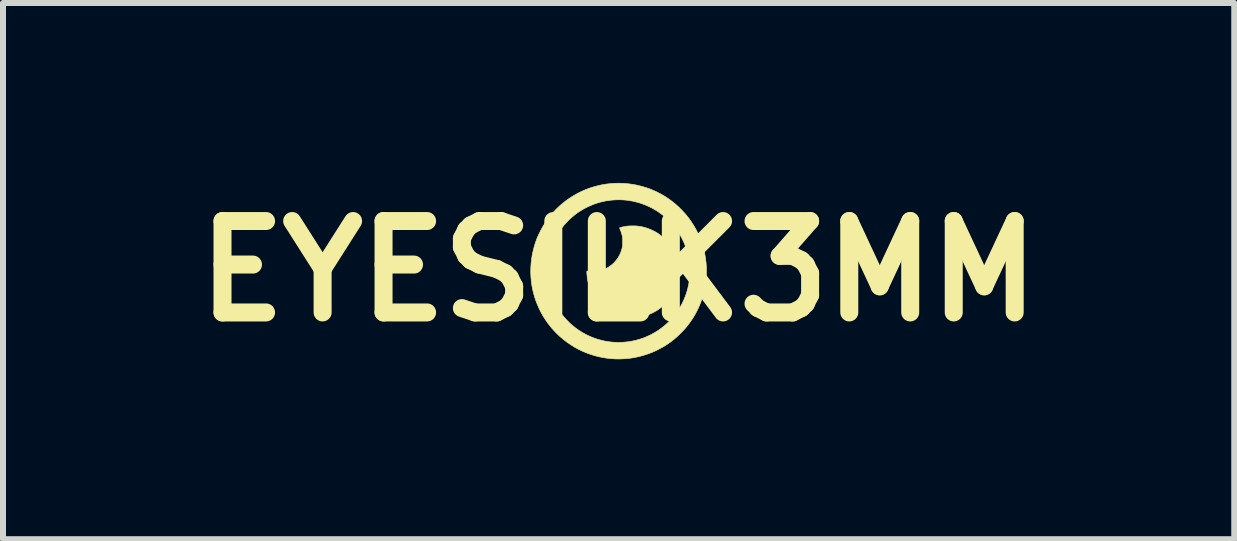
<source format=kicad_pcb>
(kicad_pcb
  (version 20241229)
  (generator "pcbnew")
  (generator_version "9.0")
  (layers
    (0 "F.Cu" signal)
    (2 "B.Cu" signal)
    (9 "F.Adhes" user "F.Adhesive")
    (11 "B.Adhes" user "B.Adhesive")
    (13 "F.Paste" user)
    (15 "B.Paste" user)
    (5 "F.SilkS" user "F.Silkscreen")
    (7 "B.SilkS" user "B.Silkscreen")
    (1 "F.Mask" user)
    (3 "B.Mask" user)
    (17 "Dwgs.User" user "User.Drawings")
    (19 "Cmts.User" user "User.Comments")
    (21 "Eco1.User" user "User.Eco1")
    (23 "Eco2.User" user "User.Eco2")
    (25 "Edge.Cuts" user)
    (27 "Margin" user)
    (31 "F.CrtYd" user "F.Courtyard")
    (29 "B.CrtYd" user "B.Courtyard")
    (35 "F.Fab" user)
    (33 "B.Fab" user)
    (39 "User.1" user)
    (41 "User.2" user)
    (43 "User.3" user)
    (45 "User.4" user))
  (footprint "EYESILK3MM"
    (layer "F.Cu")
    (at 7.264 1.47)
    (property "Reference" "EYESILK3MM" (at 0 0 0) (layer "F.SilkS") (effects (font (size 1.524 1.524) (thickness 0.3))))
    (attr through_hole)
    (fp_poly (pts (xy 0.259 -0.753) (xy 0.28 -0.753) (xy 0.298 -0.752) (xy 0.314 -0.75) (xy 0.321 -0.75) (xy 0.356 -0.745) (xy 0.389 -0.739) (xy 0.419 -0.732) (xy 0.45 -0.723) (xy 0.47 -0.717) (xy 0.522 -0.698) (xy 0.571 -0.676) (xy 0.619 -0.651) (xy 0.664 -0.622) (xy 0.707 -0.591) (xy 0.748 -0.556) (xy 0.786 -0.518) (xy 0.822 -0.478) (xy 0.855 -0.435) (xy 0.88 -0.397) (xy 0.907 -0.352) (xy 0.93 -0.306) (xy 0.949 -0.26) (xy 0.965 -0.213) (xy 0.978 -0.165) (xy 0.988 -0.114) (xy 0.992 -0.085) (xy 0.993 -0.074) (xy 0.994 -0.06) (xy 0.995 -0.043) (xy 0.995 -0.025) (xy 0.996 -0.005) (xy 0.996 0.014) (xy 0.996 0.034) (xy 0.995 0.052) (xy 0.995 0.069) (xy 0.994 0.083) (xy 0.993 0.094) (xy 0.993 0.096) (xy 0.987 0.138) (xy 0.979 0.177) (xy 0.97 0.214) (xy 0.959 0.25) (xy 0.945 0.287) (xy 0.936 0.31) (xy 0.914 0.355) (xy 0.891 0.398) (xy 0.866 0.438) (xy 0.838 0.476) (xy 0.807 0.513) (xy 0.772 0.549) (xy 0.768 0.554) (xy 0.727 0.591) (xy 0.684 0.625) (xy 0.64 0.656) (xy 0.594 0.682) (xy 0.546 0.706) (xy 0.496 0.726) (xy 0.444 0.743) (xy 0.39 0.756) (xy 0.334 0.766) (xy 0.328 0.767) (xy 0.318 0.768) (xy 0.304 0.769) (xy 0.288 0.77) (xy 0.27 0.77) (xy 0.251 0.771) (xy 0.232 0.771) (xy 0.213 0.771) (xy 0.196 0.771) (xy 0.18 0.77) (xy 0.166 0.77) (xy 0.156 0.769) (xy 0.1 0.76) (xy 0.046 0.748) (xy -0.006 0.733) (xy -0.056 0.715) (xy -0.104 0.694) (xy -0.15 0.669) (xy -0.195 0.64) (xy -0.235 0.611) (xy -0.276 0.576) (xy -0.315 0.539) (xy -0.35 0.499) (xy -0.383 0.457) (xy -0.413 0.413) (xy -0.44 0.367) (xy -0.463 0.319) (xy -0.483 0.27) (xy -0.5 0.219) (xy -0.512 0.168) (xy -0.518 0.141) (xy -0.52 0.128) (xy -0.522 0.113) (xy -0.523 0.097) (xy -0.525 0.081) (xy -0.526 0.066) (xy -0.528 0.05) (xy -0.529 0.036) (xy -0.529 0.024) (xy -0.529 0.013) (xy -0.529 0.006) (xy -0.528 0.001) (xy -0.528 0.000464) (xy -0.527 -0.000432) (xy -0.523 -0.001) (xy -0.518 -0.000385) (xy -0.51 0.001) (xy -0.499 0.002) (xy -0.47 0.006) (xy -0.439 0.007) (xy -0.407 0.006) (xy -0.374 0.004) (xy -0.342 -0.001) (xy -0.324 -0.004) (xy -0.282 -0.015) (xy -0.241 -0.029) (xy -0.202 -0.047) (xy -0.164 -0.068) (xy -0.129 -0.093) (xy -0.095 -0.121) (xy -0.078 -0.137) (xy -0.048 -0.17) (xy -0.021 -0.205) (xy 0.003 -0.242) (xy 0.023 -0.281) (xy 0.04 -0.322) (xy 0.054 -0.365) (xy 0.064 -0.409) (xy 0.065 -0.416) (xy 0.066 -0.422) (xy 0.066 -0.429) (xy 0.067 -0.438) (xy 0.067 -0.448) (xy 0.067 -0.46) (xy 0.067 -0.476) (xy 0.067 -0.492) (xy 0.067 -0.556) (xy 0.061 -0.586) (xy 0.055 -0.611) (xy 0.047 -0.637) (xy 0.039 -0.662) (xy 0.03 -0.686) (xy 0.026 -0.695) (xy 0.022 -0.704) (xy 0.019 -0.712) (xy 0.017 -0.718) (xy 0.016 -0.721) (xy 0.016 -0.721) (xy 0.018 -0.722) (xy 0.024 -0.725) (xy 0.032 -0.727) (xy 0.043 -0.73) (xy 0.056 -0.733) (xy 0.07 -0.737) (xy 0.086 -0.74) (xy 0.102 -0.743) (xy 0.118 -0.745) (xy 0.133 -0.748) (xy 0.146 -0.75) (xy 0.16 -0.751) (xy 0.177 -0.752) (xy 0.196 -0.753) (xy 0.217 -0.753) (xy 0.238 -0.753) (xy 0.259 -0.753)) (stroke (width 0.01) (type solid)) (fill yes) (layer "F.SilkS"))
    (fp_poly (pts (xy 0.088 -1.462) (xy 0.161 -1.456) (xy 0.234 -1.446) (xy 0.306 -1.433) (xy 0.378 -1.415) (xy 0.45 -1.394) (xy 0.521 -1.37) (xy 0.576 -1.347) (xy 0.643 -1.317) (xy 0.709 -1.282) (xy 0.773 -1.245) (xy 0.835 -1.204) (xy 0.895 -1.16) (xy 0.952 -1.113) (xy 1.008 -1.063) (xy 1.06 -1.01) (xy 1.111 -0.955) (xy 1.158 -0.897) (xy 1.173 -0.878) (xy 1.216 -0.817) (xy 1.256 -0.754) (xy 1.293 -0.689) (xy 1.327 -0.622) (xy 1.357 -0.553) (xy 1.383 -0.484) (xy 1.406 -0.412) (xy 1.425 -0.34) (xy 1.438 -0.281) (xy 1.45 -0.207) (xy 1.459 -0.133) (xy 1.464 -0.058) (xy 1.465 0.017) (xy 1.462 0.091) (xy 1.456 0.166) (xy 1.445 0.24) (xy 1.431 0.313) (xy 1.427 0.331) (xy 1.408 0.404) (xy 1.386 0.476) (xy 1.36 0.546) (xy 1.33 0.615) (xy 1.297 0.682) (xy 1.261 0.747) (xy 1.221 0.81) (xy 1.178 0.871) (xy 1.132 0.93) (xy 1.083 0.986) (xy 1.031 1.04) (xy 0.976 1.092) (xy 0.919 1.141) (xy 0.878 1.173) (xy 0.818 1.216) (xy 0.755 1.256) (xy 0.69 1.292) (xy 0.624 1.326) (xy 0.556 1.356) (xy 0.486 1.382) (xy 0.415 1.405) (xy 0.343 1.424) (xy 0.271 1.44) (xy 0.211 1.45) (xy 0.163 1.456) (xy 0.115 1.46) (xy 0.066 1.463) (xy 0.018 1.465) (xy -0.027 1.465) (xy -0.055 1.464) (xy -0.077 1.463) (xy -0.101 1.461) (xy -0.125 1.459) (xy -0.148 1.457) (xy -0.166 1.456) (xy -0.241 1.445) (xy -0.314 1.431) (xy -0.387 1.413) (xy -0.458 1.392) (xy -0.527 1.367) (xy -0.596 1.339) (xy -0.663 1.307) (xy -0.728 1.272) (xy -0.791 1.233) (xy -0.852 1.192) (xy -0.911 1.147) (xy -0.968 1.099) (xy -1.023 1.049) (xy -1.075 0.995) (xy -1.125 0.938) (xy -1.172 0.879) (xy -1.173 0.878) (xy -1.216 0.817) (xy -1.256 0.754) (xy -1.293 0.689) (xy -1.326 0.623) (xy -1.356 0.554) (xy -1.383 0.485) (xy -1.387 0.474) (xy -1.409 0.402) (xy -1.428 0.329) (xy -1.443 0.255) (xy -1.454 0.181) (xy -1.461 0.107) (xy -1.465 0.032) (xy -1.465 0.02) (xy -1.189 0.02) (xy -1.186 0.088) (xy -1.179 0.155) (xy -1.169 0.222) (xy -1.154 0.288) (xy -1.136 0.353) (xy -1.136 0.353) (xy -1.114 0.417) (xy -1.089 0.478) (xy -1.06 0.539) (xy -1.028 0.598) (xy -0.993 0.654) (xy -0.954 0.709) (xy -0.913 0.762) (xy -0.868 0.812) (xy -0.821 0.86) (xy -0.771 0.905) (xy -0.719 0.947) (xy -0.714 0.951) (xy -0.659 0.99) (xy -0.603 1.025) (xy -0.544 1.057) (xy -0.484 1.086) (xy -0.422 1.112) (xy -0.359 1.134) (xy -0.295 1.152) (xy -0.231 1.167) (xy -0.165 1.178) (xy -0.1 1.185) (xy -0.087 1.186) (xy -0.062 1.187) (xy -0.04 1.189) (xy -0.02 1.189) (xy -0.002 1.19) (xy 0.017 1.189) (xy 0.036 1.189) (xy 0.056 1.188) (xy 0.107 1.184) (xy 0.156 1.179) (xy 0.203 1.172) (xy 0.249 1.163) (xy 0.289 1.154) (xy 0.354 1.135) (xy 0.418 1.114) (xy 0.48 1.088) (xy 0.541 1.059) (xy 0.599 1.027) (xy 0.656 0.992) (xy 0.711 0.953) (xy 0.764 0.911) (xy 0.814 0.867) (xy 0.862 0.819) (xy 0.907 0.769) (xy 0.95 0.715) (xy 0.952 0.712) (xy 0.991 0.658) (xy 1.026 0.601) (xy 1.059 0.542) (xy 1.088 0.481) (xy 1.113 0.419) (xy 1.135 0.356) (xy 1.153 0.291) (xy 1.168 0.226) (xy 1.175 0.184) (xy 1.184 0.116) (xy 1.188 0.048) (xy 1.189 -0.02) (xy 1.186 -0.088) (xy 1.179 -0.155) (xy 1.169 -0.222) (xy 1.154 -0.288) (xy 1.136 -0.353) (xy 1.136 -0.353) (xy 1.114 -0.417) (xy 1.089 -0.478) (xy 1.06 -0.539) (xy 1.028 -0.597) (xy 0.993 -0.654) (xy 0.955 -0.709) (xy 0.913 -0.761) (xy 0.869 -0.811) (xy 0.822 -0.859) (xy 0.773 -0.904) (xy 0.721 -0.946) (xy 0.666 -0.985) (xy 0.614 -1.019) (xy 0.555 -1.052) (xy 0.494 -1.082) (xy 0.432 -1.108) (xy 0.369 -1.131) (xy 0.304 -1.15) (xy 0.239 -1.165) (xy 0.173 -1.177) (xy 0.106 -1.185) (xy 0.039 -1.189) (xy -0.029 -1.189) (xy -0.097 -1.185) (xy -0.148 -1.18) (xy -0.215 -1.17) (xy -0.281 -1.156) (xy -0.347 -1.138) (xy -0.411 -1.116) (xy -0.473 -1.091) (xy -0.535 -1.062) (xy -0.595 -1.03) (xy -0.615 -1.018) (xy -0.671 -0.982) (xy -0.725 -0.943) (xy -0.777 -0.9) (xy -0.827 -0.855) (xy -0.874 -0.806) (xy -0.918 -0.756) (xy -0.952 -0.712) (xy -0.991 -0.658) (xy -1.027 -0.601) (xy -1.059 -0.542) (xy -1.088 -0.481) (xy -1.113 -0.419) (xy -1.135 -0.356) (xy -1.153 -0.291) (xy -1.168 -0.226) (xy -1.175 -0.184) (xy -1.184 -0.116) (xy -1.188 -0.048) (xy -1.189 0.02) (xy -1.465 0.02) (xy -1.464 -0.042) (xy -1.46 -0.117) (xy -1.452 -0.191) (xy -1.441 -0.265) (xy -1.425 -0.338) (xy -1.406 -0.411) (xy -1.387 -0.474) (xy -1.361 -0.544) (xy -1.331 -0.612) (xy -1.298 -0.679) (xy -1.262 -0.744) (xy -1.222 -0.808) (xy -1.18 -0.869) (xy -1.134 -0.928) (xy -1.085 -0.984) (xy -1.034 -1.038) (xy -0.979 -1.09) (xy -0.922 -1.138) (xy -0.878 -1.173) (xy -0.817 -1.216) (xy -0.754 -1.256) (xy -0.689 -1.293) (xy -0.623 -1.326) (xy -0.556 -1.356) (xy -0.487 -1.382) (xy -0.418 -1.404) (xy -0.347 -1.423) (xy -0.276 -1.439) (xy -0.204 -1.451) (xy -0.131 -1.459) (xy -0.058 -1.464) (xy 0.015 -1.465) (xy 0.088 -1.462)) (stroke (width 0.01) (type solid)) (fill yes) (layer "F.SilkS")))
  (gr_rect
    (start -3 -3)
    (end 17.529 5.94)
    (stroke (width 0.1) (type default))
    (fill no)
    (layer "Edge.Cuts")))
</source>
